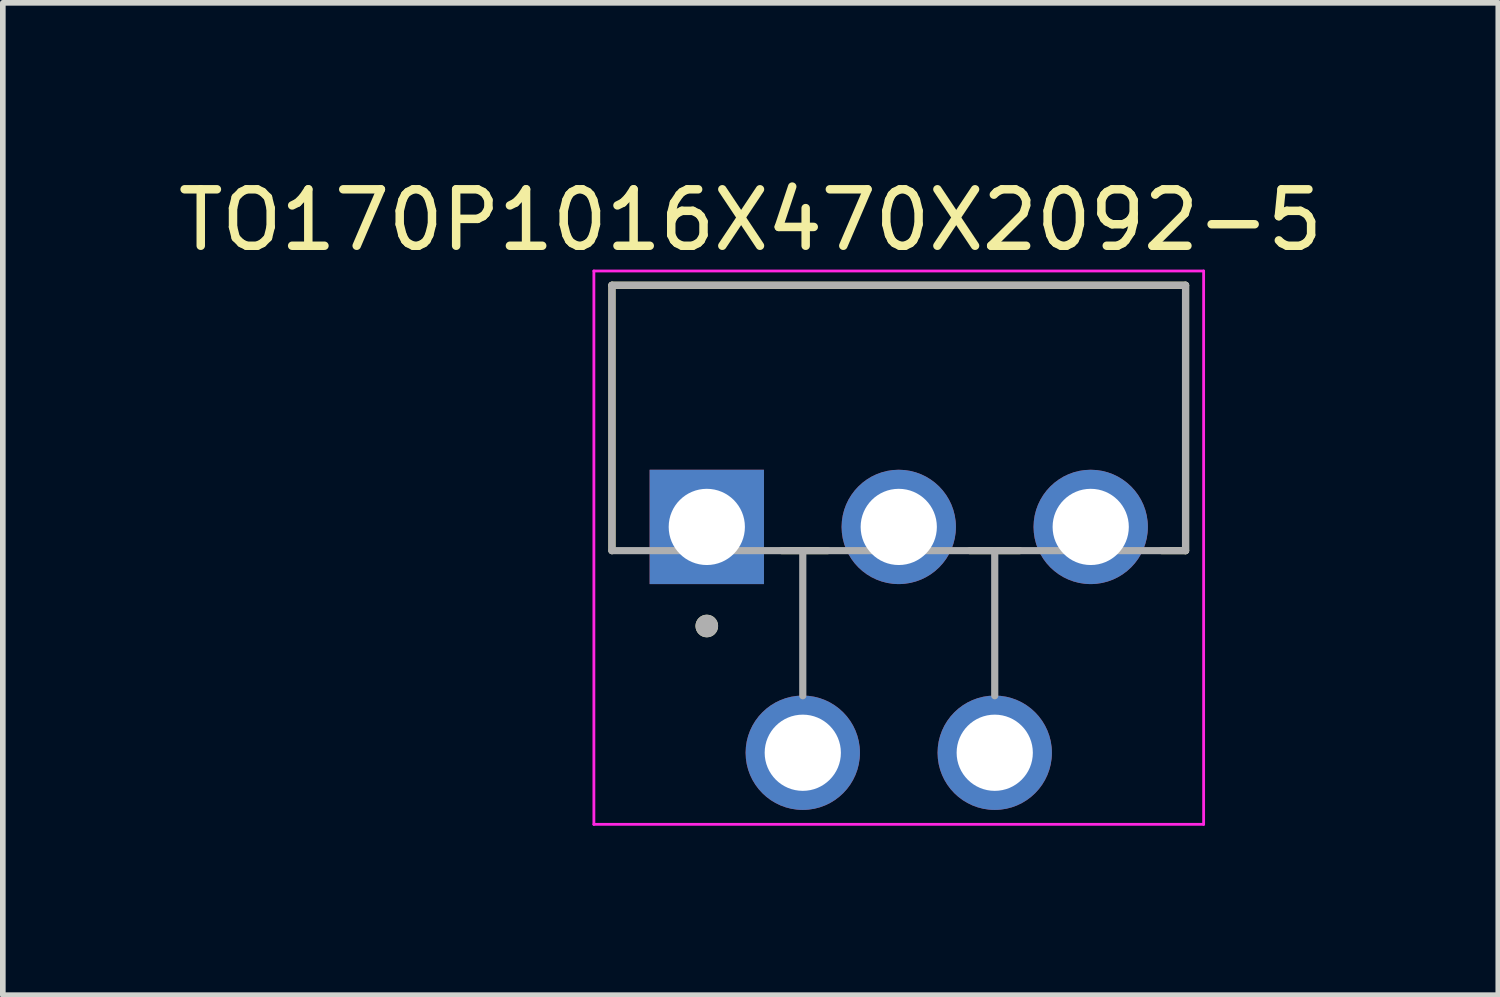
<source format=kicad_pcb>
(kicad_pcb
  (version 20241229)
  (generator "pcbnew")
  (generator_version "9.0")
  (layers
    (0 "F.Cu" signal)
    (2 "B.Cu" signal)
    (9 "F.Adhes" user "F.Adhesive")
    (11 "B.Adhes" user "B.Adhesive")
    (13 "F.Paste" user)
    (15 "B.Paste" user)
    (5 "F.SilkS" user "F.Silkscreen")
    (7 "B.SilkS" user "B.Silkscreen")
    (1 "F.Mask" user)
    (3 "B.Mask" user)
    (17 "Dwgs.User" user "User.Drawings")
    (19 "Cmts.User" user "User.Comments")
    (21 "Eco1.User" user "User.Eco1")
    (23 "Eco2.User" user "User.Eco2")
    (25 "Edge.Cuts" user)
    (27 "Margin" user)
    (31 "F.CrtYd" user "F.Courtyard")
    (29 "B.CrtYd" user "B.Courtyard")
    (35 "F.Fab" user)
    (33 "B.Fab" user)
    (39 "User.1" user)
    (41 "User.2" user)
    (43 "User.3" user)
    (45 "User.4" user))
  (footprint "TO170P1016X470X2092-5"
    (layer "F.Cu")
    (at 9.469 6.283)
    (property "Reference" "TO170P1016X470X2092-5" (at 0.775 -5.435 0) (layer "F.SilkS") (effects (font (size 1 1) (thickness 0.15))))
    (attr through_hole)
    (fp_line (start -1.68 -4.28) (end -1.68 0.42) (stroke (width 0.127) (type solid)) (layer "F.SilkS"))
    (fp_line (start -1.68 -4.28) (end 8.48 -4.28) (stroke (width 0.127) (type solid)) (layer "F.SilkS"))
    (fp_line (start 1.329 0.42) (end 2.14 0.42) (stroke (width 0.127) (type solid)) (layer "F.SilkS"))
    (fp_line (start 4.66 0.42) (end 5.54 0.42) (stroke (width 0.127) (type solid)) (layer "F.SilkS"))
    (fp_line (start 8.06 0.42) (end 8.48 0.42) (stroke (width 0.127) (type solid)) (layer "F.SilkS"))
    (fp_line (start 8.48 -4.28) (end 8.48 0.42) (stroke (width 0.127) (type solid)) (layer "F.SilkS"))
    (fp_circle (center 0 1.755) (end 0.1 1.755) (stroke (width 0.2) (type solid)) (fill no) (layer "F.SilkS"))
    (fp_line (start -2 -4.533) (end -2 5.268) (stroke (width 0.05) (type solid)) (layer "F.CrtYd"))
    (fp_line (start -2 -4.533) (end 8.8 -4.533) (stroke (width 0.05) (type solid)) (layer "F.CrtYd"))
    (fp_line (start -2 5.268) (end 8.8 5.268) (stroke (width 0.05) (type solid)) (layer "F.CrtYd"))
    (fp_line (start 8.8 -4.533) (end 8.8 5.268) (stroke (width 0.05) (type solid)) (layer "F.CrtYd"))
    (fp_line (start -1.68 -4.28) (end -1.68 0.42) (stroke (width 0.127) (type solid)) (layer "F.Fab"))
    (fp_line (start -1.68 -4.28) (end 8.48 -4.28) (stroke (width 0.127) (type solid)) (layer "F.Fab"))
    (fp_line (start -1.68 0.42) (end 1.7 0.42) (stroke (width 0.127) (type solid)) (layer "F.Fab"))
    (fp_line (start 1.7 0.42) (end 1.7 2.99) (stroke (width 0.127) (type solid)) (layer "F.Fab"))
    (fp_line (start 1.7 0.42) (end 5.1 0.42) (stroke (width 0.127) (type solid)) (layer "F.Fab"))
    (fp_line (start 5.1 0.42) (end 5.1 2.99) (stroke (width 0.127) (type solid)) (layer "F.Fab"))
    (fp_line (start 5.1 0.42) (end 8.48 0.42) (stroke (width 0.127) (type solid)) (layer "F.Fab"))
    (fp_line (start 8.48 -4.28) (end 8.48 0.42) (stroke (width 0.127) (type solid)) (layer "F.Fab"))
    (fp_circle (center 0 1.755) (end 0.1 1.755) (stroke (width 0.2) (type solid)) (fill no) (layer "F.Fab"))
    (pad "1" thru_hole rect (at 0 0) (size 2.025 2.025) (drill 1.35) (layers "*.Cu" "*.Mask"))
    (pad "2" thru_hole circle (at 1.7 4) (size 2.025 2.025) (drill 1.35) (layers "*.Cu" "*.Mask"))
    (pad "3" thru_hole circle (at 3.4 0) (size 2.025 2.025) (drill 1.35) (layers "*.Cu" "*.Mask"))
    (pad "4" thru_hole circle (at 5.1 4) (size 2.025 2.025) (drill 1.35) (layers "*.Cu" "*.Mask"))
    (pad "5" thru_hole circle (at 6.8 0) (size 2.025 2.025) (drill 1.35) (layers "*.Cu" "*.Mask")))
  (gr_rect
    (start -3 -3)
    (end 23.488 14.576)
    (stroke (width 0.1) (type default))
    (fill no)
    (layer "Edge.Cuts")))
</source>
